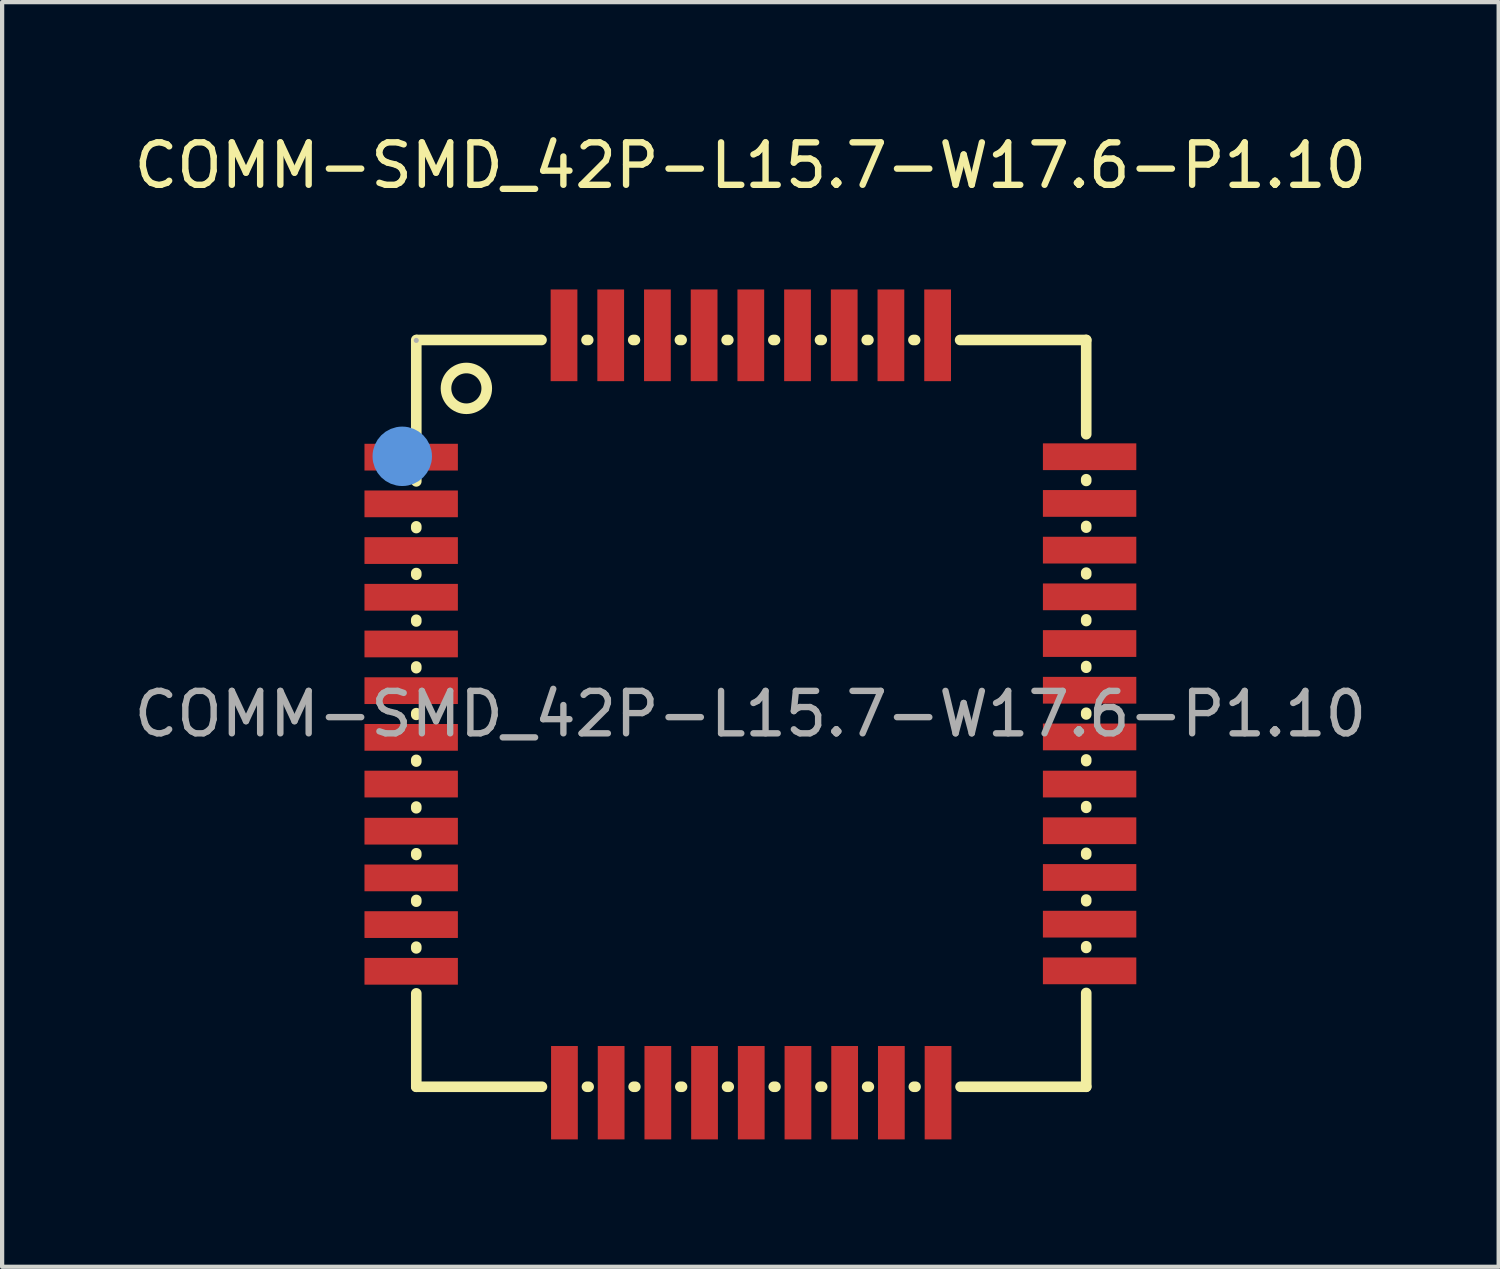
<source format=kicad_pcb>
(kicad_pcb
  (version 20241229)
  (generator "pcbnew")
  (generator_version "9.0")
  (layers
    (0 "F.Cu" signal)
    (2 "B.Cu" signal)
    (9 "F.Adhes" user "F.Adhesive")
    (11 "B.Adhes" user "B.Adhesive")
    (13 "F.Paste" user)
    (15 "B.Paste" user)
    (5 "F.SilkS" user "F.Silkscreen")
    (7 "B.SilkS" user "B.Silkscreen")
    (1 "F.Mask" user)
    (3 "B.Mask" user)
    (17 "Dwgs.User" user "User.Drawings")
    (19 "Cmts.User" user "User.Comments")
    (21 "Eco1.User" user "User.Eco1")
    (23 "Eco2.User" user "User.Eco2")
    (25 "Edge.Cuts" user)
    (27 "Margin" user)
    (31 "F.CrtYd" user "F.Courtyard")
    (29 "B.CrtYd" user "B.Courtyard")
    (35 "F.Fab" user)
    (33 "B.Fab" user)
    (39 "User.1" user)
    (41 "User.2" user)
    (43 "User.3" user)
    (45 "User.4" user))
  (footprint "COMM-SMD_42P-L15.7-W17.6-P1.10"
    (layer "F.Cu")
    (at 14.625 13.768)
    (property "Reference" "COMM-SMD_42P-L15.7-W17.6-P1.10" (at 0 -12.92 0) (layer "F.SilkS") (effects (font (size 1 1) (thickness 0.15))))
    (attr through_hole)
    (fp_line (start -7.87 -6.58) (end -7.87 -8.81) (stroke (width 0.25) (type solid)) (layer "F.SilkS"))
    (fp_line (start -7.87 -5.48) (end -7.87 -5.52) (stroke (width 0.25) (type solid)) (layer "F.SilkS"))
    (fp_line (start -7.87 -4.38) (end -7.87 -4.42) (stroke (width 0.25) (type solid)) (layer "F.SilkS"))
    (fp_line (start -7.87 -3.28) (end -7.87 -3.32) (stroke (width 0.25) (type solid)) (layer "F.SilkS"))
    (fp_line (start -7.87 -2.18) (end -7.87 -2.22) (stroke (width 0.25) (type solid)) (layer "F.SilkS"))
    (fp_line (start -7.87 -1.08) (end -7.87 -1.12) (stroke (width 0.25) (type solid)) (layer "F.SilkS"))
    (fp_line (start -7.87 0.02) (end -7.87 -0.02) (stroke (width 0.25) (type solid)) (layer "F.SilkS"))
    (fp_line (start -7.87 1.12) (end -7.87 1.08) (stroke (width 0.25) (type solid)) (layer "F.SilkS"))
    (fp_line (start -7.87 2.22) (end -7.87 2.18) (stroke (width 0.25) (type solid)) (layer "F.SilkS"))
    (fp_line (start -7.87 3.32) (end -7.87 3.28) (stroke (width 0.25) (type solid)) (layer "F.SilkS"))
    (fp_line (start -7.87 4.42) (end -7.87 4.38) (stroke (width 0.25) (type solid)) (layer "F.SilkS"))
    (fp_line (start -7.87 5.52) (end -7.87 5.48) (stroke (width 0.25) (type solid)) (layer "F.SilkS"))
    (fp_line (start -7.87 8.78) (end -7.87 6.58) (stroke (width 0.25) (type solid)) (layer "F.SilkS"))
    (fp_line (start -7.85 -8.81) (end -4.92 -8.81) (stroke (width 0.25) (type solid)) (layer "F.SilkS"))
    (fp_line (start -4.91 8.78) (end -7.87 8.78) (stroke (width 0.25) (type solid)) (layer "F.SilkS"))
    (fp_line (start -3.86 -8.81) (end -3.82 -8.81) (stroke (width 0.25) (type solid)) (layer "F.SilkS"))
    (fp_line (start -3.81 8.78) (end -3.85 8.78) (stroke (width 0.25) (type solid)) (layer "F.SilkS"))
    (fp_line (start -2.76 -8.81) (end -2.72 -8.81) (stroke (width 0.25) (type solid)) (layer "F.SilkS"))
    (fp_line (start -2.71 8.78) (end -2.75 8.78) (stroke (width 0.25) (type solid)) (layer "F.SilkS"))
    (fp_line (start -1.66 -8.81) (end -1.62 -8.81) (stroke (width 0.25) (type solid)) (layer "F.SilkS"))
    (fp_line (start -1.61 8.78) (end -1.65 8.78) (stroke (width 0.25) (type solid)) (layer "F.SilkS"))
    (fp_line (start -0.56 -8.81) (end -0.52 -8.81) (stroke (width 0.25) (type solid)) (layer "F.SilkS"))
    (fp_line (start -0.51 8.78) (end -0.55 8.78) (stroke (width 0.25) (type solid)) (layer "F.SilkS"))
    (fp_line (start 0.54 -8.81) (end 0.58 -8.81) (stroke (width 0.25) (type solid)) (layer "F.SilkS"))
    (fp_line (start 0.59 8.78) (end 0.55 8.78) (stroke (width 0.25) (type solid)) (layer "F.SilkS"))
    (fp_line (start 1.64 -8.81) (end 1.68 -8.81) (stroke (width 0.25) (type solid)) (layer "F.SilkS"))
    (fp_line (start 1.69 8.78) (end 1.65 8.78) (stroke (width 0.25) (type solid)) (layer "F.SilkS"))
    (fp_line (start 2.74 -8.81) (end 2.78 -8.81) (stroke (width 0.25) (type solid)) (layer "F.SilkS"))
    (fp_line (start 2.79 8.78) (end 2.75 8.78) (stroke (width 0.25) (type solid)) (layer "F.SilkS"))
    (fp_line (start 3.84 -8.81) (end 3.88 -8.81) (stroke (width 0.25) (type solid)) (layer "F.SilkS"))
    (fp_line (start 3.89 8.78) (end 3.85 8.78) (stroke (width 0.25) (type solid)) (layer "F.SilkS"))
    (fp_line (start 4.94 -8.81) (end 7.91 -8.81) (stroke (width 0.25) (type solid)) (layer "F.SilkS"))
    (fp_line (start 7.91 -8.81) (end 7.91 -6.59) (stroke (width 0.25) (type solid)) (layer "F.SilkS"))
    (fp_line (start 7.91 -5.53) (end 7.91 -5.49) (stroke (width 0.25) (type solid)) (layer "F.SilkS"))
    (fp_line (start 7.91 -4.43) (end 7.91 -4.39) (stroke (width 0.25) (type solid)) (layer "F.SilkS"))
    (fp_line (start 7.91 -3.33) (end 7.91 -3.29) (stroke (width 0.25) (type solid)) (layer "F.SilkS"))
    (fp_line (start 7.91 -2.23) (end 7.91 -2.19) (stroke (width 0.25) (type solid)) (layer "F.SilkS"))
    (fp_line (start 7.91 -1.13) (end 7.91 -1.09) (stroke (width 0.25) (type solid)) (layer "F.SilkS"))
    (fp_line (start 7.91 -0.03) (end 7.91 0.01) (stroke (width 0.25) (type solid)) (layer "F.SilkS"))
    (fp_line (start 7.91 1.07) (end 7.91 1.11) (stroke (width 0.25) (type solid)) (layer "F.SilkS"))
    (fp_line (start 7.91 2.17) (end 7.91 2.21) (stroke (width 0.25) (type solid)) (layer "F.SilkS"))
    (fp_line (start 7.91 3.27) (end 7.91 3.31) (stroke (width 0.25) (type solid)) (layer "F.SilkS"))
    (fp_line (start 7.91 4.37) (end 7.91 4.41) (stroke (width 0.25) (type solid)) (layer "F.SilkS"))
    (fp_line (start 7.91 5.47) (end 7.91 5.51) (stroke (width 0.25) (type solid)) (layer "F.SilkS"))
    (fp_line (start 7.91 6.57) (end 7.91 8.78) (stroke (width 0.25) (type solid)) (layer "F.SilkS"))
    (fp_line (start 7.91 8.78) (end 4.95 8.78) (stroke (width 0.25) (type solid)) (layer "F.SilkS"))
    (fp_circle (center -6.69 -7.67) (end -6.21 -7.67) (stroke (width 0.25) (type solid)) (fill no) (layer "F.SilkS"))
    (fp_circle (center -8.2 -6.07) (end -7.85 -6.07) (stroke (width 0.7) (type solid)) (fill no) (layer "Cmts.User"))
    (fp_circle (center -7.87 -8.8) (end -7.84 -8.8) (stroke (width 0.06) (type solid)) (fill no) (layer "F.Fab"))
    (fp_text user "${REFERENCE}" (at 0 0 0) (layer "F.Fab") (effects (font (size 1 1) (thickness 0.15))))
    (pad "1" smd rect (at -7.99 -6.05) (size 2.2 0.63) (layers "F.Cu" "F.Mask" "F.Paste"))
    (pad "2" smd rect (at -7.99 -4.95) (size 2.2 0.63) (layers "F.Cu" "F.Mask" "F.Paste"))
    (pad "3" smd rect (at -7.99 -3.85) (size 2.2 0.63) (layers "F.Cu" "F.Mask" "F.Paste"))
    (pad "4" smd rect (at -7.99 -2.75) (size 2.2 0.63) (layers "F.Cu" "F.Mask" "F.Paste"))
    (pad "5" smd rect (at -7.99 -1.65) (size 2.2 0.63) (layers "F.Cu" "F.Mask" "F.Paste"))
    (pad "6" smd rect (at -7.99 -0.55) (size 2.2 0.63) (layers "F.Cu" "F.Mask" "F.Paste"))
    (pad "7" smd rect (at -7.99 0.55) (size 2.2 0.63) (layers "F.Cu" "F.Mask" "F.Paste"))
    (pad "8" smd rect (at -7.99 1.65) (size 2.2 0.63) (layers "F.Cu" "F.Mask" "F.Paste"))
    (pad "9" smd rect (at -7.99 2.76) (size 2.2 0.63) (layers "F.Cu" "F.Mask" "F.Paste"))
    (pad "10" smd rect (at -7.99 3.86) (size 2.2 0.63) (layers "F.Cu" "F.Mask" "F.Paste"))
    (pad "11" smd rect (at -7.99 4.96) (size 2.2 0.63) (layers "F.Cu" "F.Mask" "F.Paste"))
    (pad "12" smd rect (at -7.99 6.06) (size 2.2 0.63) (layers "F.Cu" "F.Mask" "F.Paste"))
    (pad "13" smd rect (at -4.38 8.92) (size 0.63 2.2) (layers "F.Cu" "F.Mask" "F.Paste"))
    (pad "14" smd rect (at -3.28 8.92) (size 0.63 2.2) (layers "F.Cu" "F.Mask" "F.Paste"))
    (pad "15" smd rect (at -2.18 8.92) (size 0.63 2.2) (layers "F.Cu" "F.Mask" "F.Paste"))
    (pad "16" smd rect (at -1.08 8.92) (size 0.63 2.2) (layers "F.Cu" "F.Mask" "F.Paste"))
    (pad "17" smd rect (at 0.02 8.92) (size 0.63 2.2) (layers "F.Cu" "F.Mask" "F.Paste"))
    (pad "18" smd rect (at 1.12 8.92) (size 0.63 2.2) (layers "F.Cu" "F.Mask" "F.Paste"))
    (pad "19" smd rect (at 2.22 8.92) (size 0.63 2.2) (layers "F.Cu" "F.Mask" "F.Paste"))
    (pad "20" smd rect (at 3.32 8.92) (size 0.63 2.2) (layers "F.Cu" "F.Mask" "F.Paste"))
    (pad "21" smd rect (at 4.42 8.92) (size 0.63 2.2) (layers "F.Cu" "F.Mask" "F.Paste"))
    (pad "22" smd rect (at 7.99 6.05) (size 2.2 0.63) (layers "F.Cu" "F.Mask" "F.Paste"))
    (pad "23" smd rect (at 7.99 4.95) (size 2.2 0.63) (layers "F.Cu" "F.Mask" "F.Paste"))
    (pad "24" smd rect (at 7.99 3.85) (size 2.2 0.63) (layers "F.Cu" "F.Mask" "F.Paste"))
    (pad "25" smd rect (at 7.99 2.75) (size 2.2 0.63) (layers "F.Cu" "F.Mask" "F.Paste"))
    (pad "26" smd rect (at 7.99 1.65) (size 2.2 0.63) (layers "F.Cu" "F.Mask" "F.Paste"))
    (pad "27" smd rect (at 7.99 0.54) (size 2.2 0.63) (layers "F.Cu" "F.Mask" "F.Paste"))
    (pad "28" smd rect (at 7.99 -0.56) (size 2.2 0.63) (layers "F.Cu" "F.Mask" "F.Paste"))
    (pad "29" smd rect (at 7.99 -1.66) (size 2.2 0.63) (layers "F.Cu" "F.Mask" "F.Paste"))
    (pad "30" smd rect (at 7.99 -2.76) (size 2.2 0.63) (layers "F.Cu" "F.Mask" "F.Paste"))
    (pad "31" smd rect (at 7.99 -3.86) (size 2.2 0.63) (layers "F.Cu" "F.Mask" "F.Paste"))
    (pad "32" smd rect (at 7.99 -4.96) (size 2.2 0.63) (layers "F.Cu" "F.Mask" "F.Paste"))
    (pad "33" smd rect (at 7.99 -6.06) (size 2.2 0.63) (layers "F.Cu" "F.Mask" "F.Paste"))
    (pad "34" smd rect (at 4.41 -8.92) (size 0.63 2.16) (layers "F.Cu" "F.Mask" "F.Paste"))
    (pad "35" smd rect (at 3.31 -8.92) (size 0.63 2.16) (layers "F.Cu" "F.Mask" "F.Paste"))
    (pad "36" smd rect (at 2.21 -8.92) (size 0.63 2.16) (layers "F.Cu" "F.Mask" "F.Paste"))
    (pad "37" smd rect (at 1.11 -8.92) (size 0.63 2.16) (layers "F.Cu" "F.Mask" "F.Paste"))
    (pad "38" smd rect (at 0.01 -8.92) (size 0.63 2.16) (layers "F.Cu" "F.Mask" "F.Paste"))
    (pad "39" smd rect (at -1.09 -8.92) (size 0.63 2.16) (layers "F.Cu" "F.Mask" "F.Paste"))
    (pad "40" smd rect (at -2.19 -8.92) (size 0.63 2.16) (layers "F.Cu" "F.Mask" "F.Paste"))
    (pad "41" smd rect (at -3.29 -8.92) (size 0.63 2.16) (layers "F.Cu" "F.Mask" "F.Paste"))
    (pad "42" smd rect (at -4.39 -8.92) (size 0.63 2.16) (layers "F.Cu" "F.Mask" "F.Paste")))
  (gr_rect
    (start -3 -3)
    (end 32.25 26.788)
    (stroke (width 0.1) (type default))
    (fill no)
    (layer "Edge.Cuts")))
</source>
